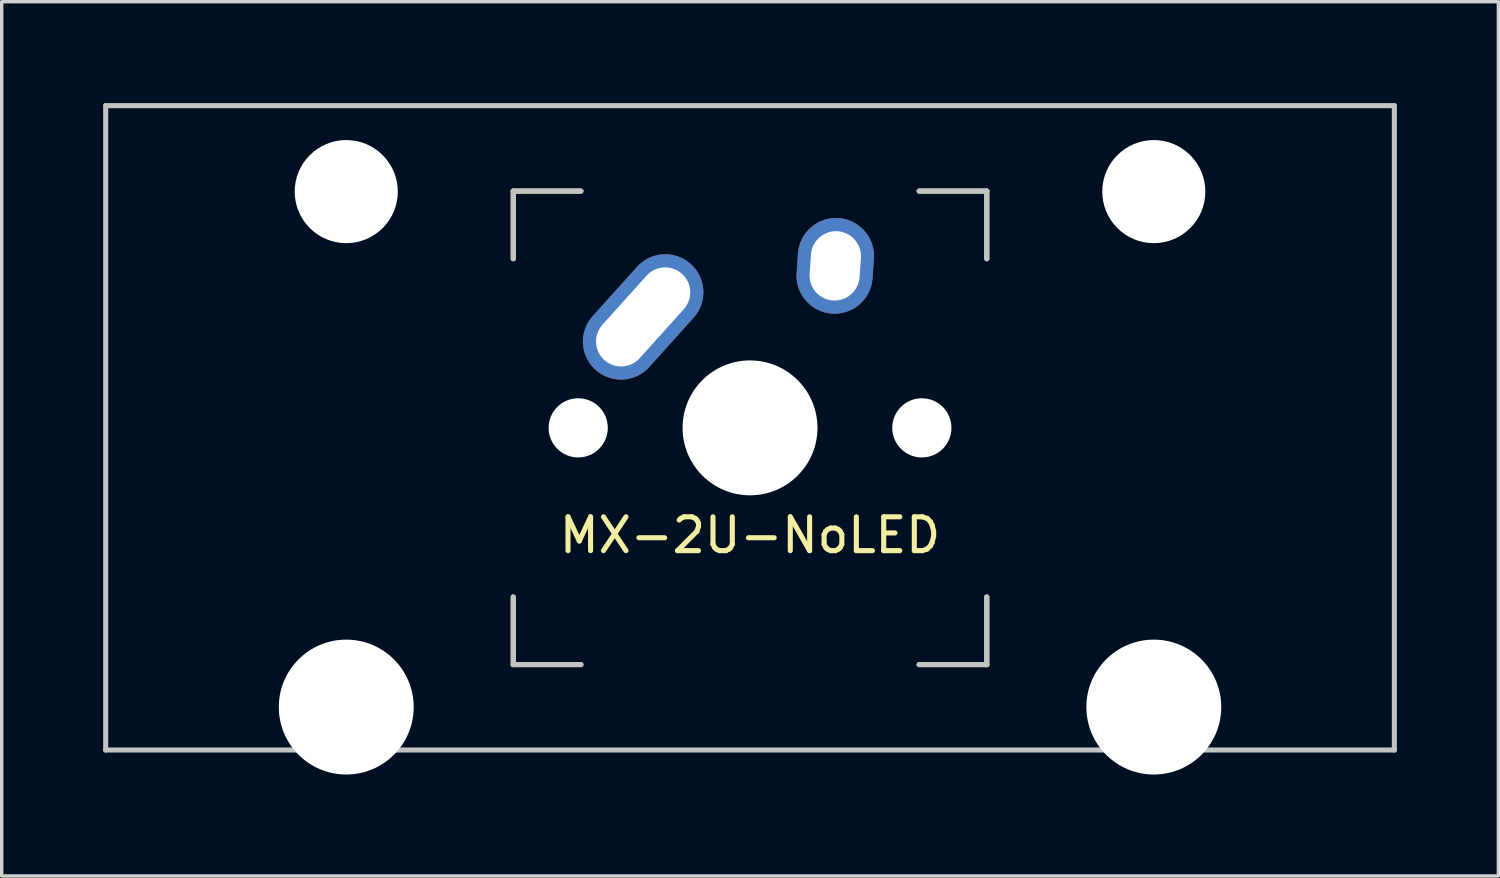
<source format=kicad_pcb>
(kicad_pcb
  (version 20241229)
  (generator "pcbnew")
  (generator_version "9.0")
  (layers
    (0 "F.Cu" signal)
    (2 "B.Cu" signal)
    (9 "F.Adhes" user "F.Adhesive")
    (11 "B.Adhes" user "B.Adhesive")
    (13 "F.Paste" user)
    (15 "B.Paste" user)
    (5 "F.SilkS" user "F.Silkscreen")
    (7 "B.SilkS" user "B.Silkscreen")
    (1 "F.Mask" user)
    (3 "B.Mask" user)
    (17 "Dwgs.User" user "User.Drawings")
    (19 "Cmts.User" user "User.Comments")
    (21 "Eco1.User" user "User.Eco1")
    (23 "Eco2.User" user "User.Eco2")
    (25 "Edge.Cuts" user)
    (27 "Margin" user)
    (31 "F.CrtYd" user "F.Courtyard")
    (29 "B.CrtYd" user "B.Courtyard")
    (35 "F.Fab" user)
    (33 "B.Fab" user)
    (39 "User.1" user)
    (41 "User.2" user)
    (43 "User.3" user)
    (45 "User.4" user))
  (footprint "MX-2U-NoLED"
    (layer "F.Cu")
    (at 19.125 9.6)
    (property "Reference" "MX-2U-NoLED" (at 0 3.175 0) (layer "F.SilkS") (effects (font (size 1 1) (thickness 0.15))))
    (attr through_hole)
    (fp_line (start -7 -7) (end -7 -5) (stroke (width 0.15) (type solid)) (layer "F.SilkS"))
    (fp_line (start -7 5) (end -7 7) (stroke (width 0.15) (type solid)) (layer "F.SilkS"))
    (fp_line (start -7 7) (end -5 7) (stroke (width 0.15) (type solid)) (layer "F.SilkS"))
    (fp_line (start -5 -7) (end -7 -7) (stroke (width 0.15) (type solid)) (layer "F.SilkS"))
    (fp_line (start 5 -7) (end 7 -7) (stroke (width 0.15) (type solid)) (layer "F.SilkS"))
    (fp_line (start 5 7) (end 7 7) (stroke (width 0.15) (type solid)) (layer "F.SilkS"))
    (fp_line (start 7 -7) (end 7 -5) (stroke (width 0.15) (type solid)) (layer "F.SilkS"))
    (fp_line (start 7 7) (end 7 5) (stroke (width 0.15) (type solid)) (layer "F.SilkS"))
    (fp_line (start -19.05 -9.525) (end 19.05 -9.525) (stroke (width 0.15) (type solid)) (layer "Dwgs.User"))
    (fp_line (start -19.05 9.525) (end -19.05 -9.525) (stroke (width 0.15) (type solid)) (layer "Dwgs.User"))
    (fp_line (start -19.05 9.525) (end 19.05 9.525) (stroke (width 0.15) (type solid)) (layer "Dwgs.User"))
    (fp_line (start -7 -7) (end -7 -5) (stroke (width 0.15) (type solid)) (layer "Dwgs.User"))
    (fp_line (start -7 5) (end -7 7) (stroke (width 0.15) (type solid)) (layer "Dwgs.User"))
    (fp_line (start -7 7) (end -5 7) (stroke (width 0.15) (type solid)) (layer "Dwgs.User"))
    (fp_line (start -5 -7) (end -7 -7) (stroke (width 0.15) (type solid)) (layer "Dwgs.User"))
    (fp_line (start 5 -7) (end 7 -7) (stroke (width 0.15) (type solid)) (layer "Dwgs.User"))
    (fp_line (start 5 7) (end 7 7) (stroke (width 0.15) (type solid)) (layer "Dwgs.User"))
    (fp_line (start 7 -7) (end 7 -5) (stroke (width 0.15) (type solid)) (layer "Dwgs.User"))
    (fp_line (start 7 7) (end 7 5) (stroke (width 0.15) (type solid)) (layer "Dwgs.User"))
    (fp_line (start 19.05 -9.525) (end 19.05 9.525) (stroke (width 0.15) (type solid)) (layer "Dwgs.User"))
    (pad "" np_thru_hole circle (at -11.938 -6.985) (size 3.048 3.048) (drill 3.048) (layers "*.Cu" "*.Mask"))
    (pad "" np_thru_hole circle (at -11.938 8.255) (size 3.988 3.988) (drill 3.988) (layers "*.Cu" "*.Mask"))
    (pad "" np_thru_hole circle (at -5.08 0 48.1) (size 1.75 1.75) (drill 1.75) (layers "*.Cu" "*.Mask"))
    (pad "" np_thru_hole circle (at 0 0) (size 3.988 3.988) (drill 3.988) (layers "*.Cu" "*.Mask"))
    (pad "" np_thru_hole circle (at 5.08 0 48.1) (size 1.75 1.75) (drill 1.75) (layers "*.Cu" "*.Mask"))
    (pad "" np_thru_hole circle (at 11.938 -6.985) (size 3.048 3.048) (drill 3.048) (layers "*.Cu" "*.Mask"))
    (pad "" np_thru_hole circle (at 11.938 8.255) (size 3.988 3.988) (drill 3.988) (layers "*.Cu" "*.Mask"))
    (pad "1" thru_hole oval (at -3.16 -3.28 48) (size 4.21 2.25) (drill oval 3.43 1.48) (layers "*.Cu" "*.Mask"))
    (pad "2" thru_hole oval (at 2.52 -4.79 86) (size 2.831 2.25) (drill oval 2.051 1.48) (layers "*.Cu" "*.Mask")))
  (gr_rect
    (start -3 -3)
    (end 41.25 22.849)
    (stroke (width 0.1) (type default))
    (fill no)
    (layer "Edge.Cuts")))
</source>
